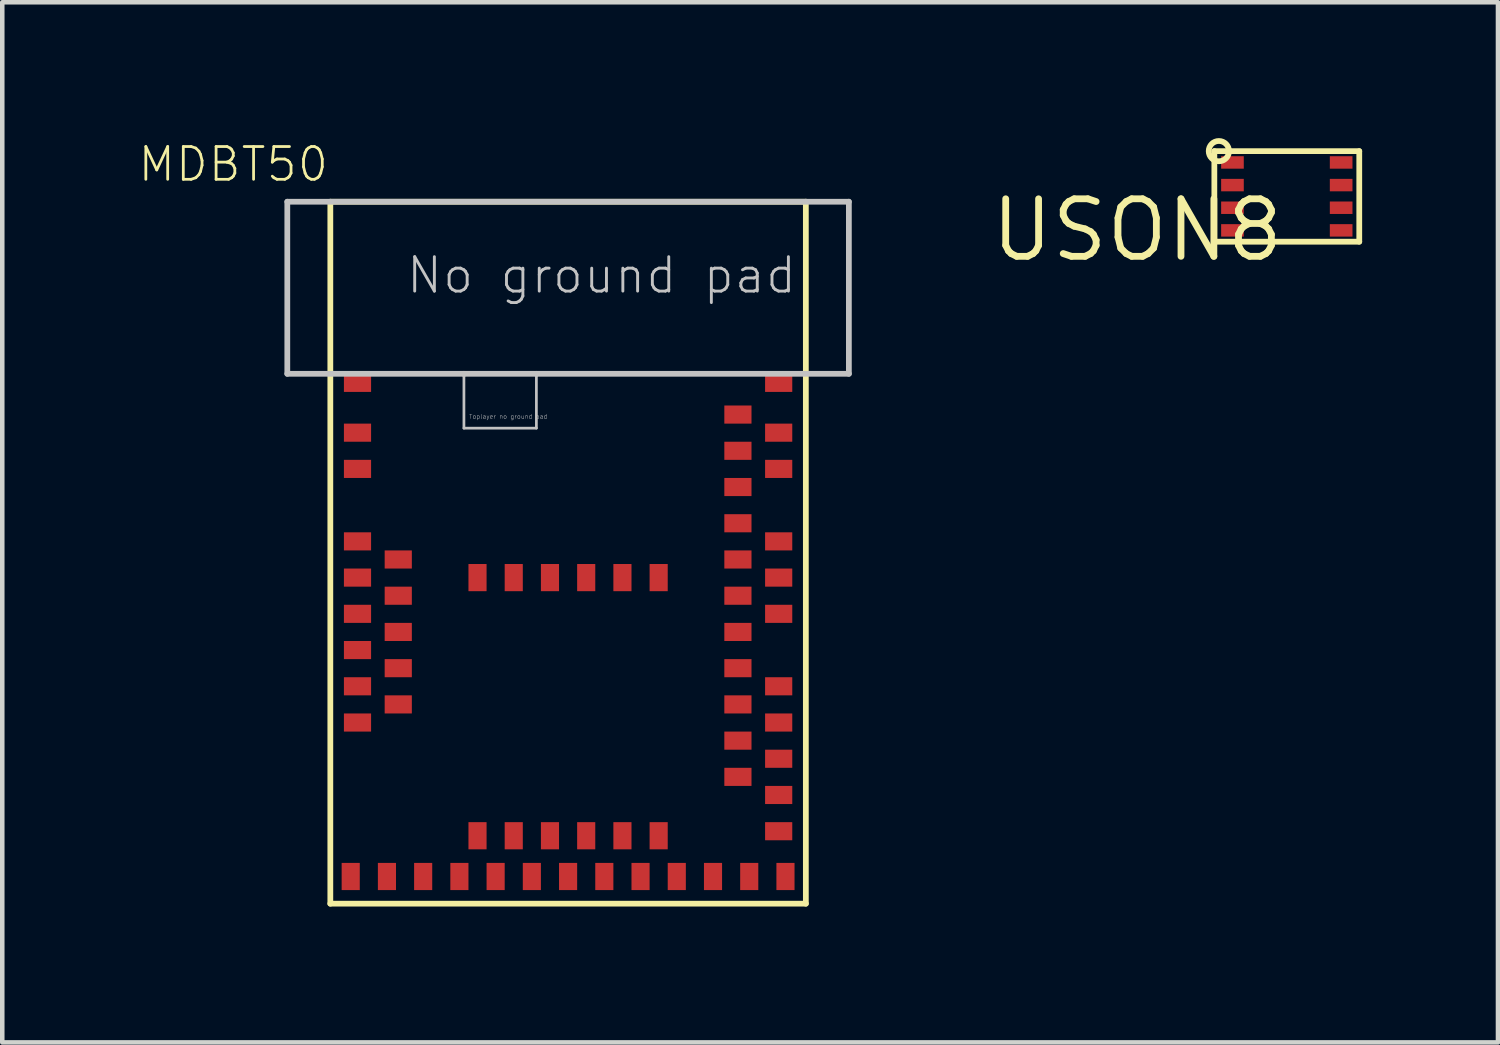
<source format=kicad_pcb>
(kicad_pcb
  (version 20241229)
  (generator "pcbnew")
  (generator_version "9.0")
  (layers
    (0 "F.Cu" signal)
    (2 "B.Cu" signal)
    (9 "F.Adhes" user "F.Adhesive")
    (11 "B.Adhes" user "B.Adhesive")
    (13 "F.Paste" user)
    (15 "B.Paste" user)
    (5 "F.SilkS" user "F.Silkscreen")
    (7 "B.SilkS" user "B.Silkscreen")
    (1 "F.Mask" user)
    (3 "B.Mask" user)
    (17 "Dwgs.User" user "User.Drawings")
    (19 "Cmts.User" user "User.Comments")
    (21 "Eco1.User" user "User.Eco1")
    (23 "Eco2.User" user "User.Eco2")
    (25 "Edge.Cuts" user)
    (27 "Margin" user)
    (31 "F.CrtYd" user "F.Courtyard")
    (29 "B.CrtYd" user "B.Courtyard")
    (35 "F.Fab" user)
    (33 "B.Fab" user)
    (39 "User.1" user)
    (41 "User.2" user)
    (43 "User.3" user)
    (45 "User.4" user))
  (footprint "USON8"
    (layer "F.Cu")
    (at 25.364 1.287)
    (property "Reference" "USON8" (at 0 0 0) (layer "F.SilkS") (effects (font (size 1.27 1.27) (thickness 0.15)) (justify right top)))
    (attr through_hole)
    (fp_line (start -1.6 -1) (end 1.6 -1) (stroke (width 0.127) (type solid)) (layer "F.SilkS"))
    (fp_line (start -1.6 1) (end -1.6 -1) (stroke (width 0.127) (type solid)) (layer "F.SilkS"))
    (fp_line (start 1.6 -1) (end 1.6 1) (stroke (width 0.127) (type solid)) (layer "F.SilkS"))
    (fp_line (start 1.6 1) (end -1.6 1) (stroke (width 0.127) (type solid)) (layer "F.SilkS"))
    (fp_circle (center -1.5 -1) (end -1.276 -1) (stroke (width 0.127) (type solid)) (fill no) (layer "F.SilkS"))
    (pad "1" smd rect (at -1.2 -0.75 90) (size 0.275 0.5) (layers "F.Cu" "F.Mask" "F.Paste"))
    (pad "2" smd rect (at -1.2 -0.25 90) (size 0.275 0.5) (layers "F.Cu" "F.Mask" "F.Paste"))
    (pad "3" smd rect (at -1.2 0.25 90) (size 0.275 0.5) (layers "F.Cu" "F.Mask" "F.Paste"))
    (pad "4" smd rect (at -1.2 0.75 90) (size 0.275 0.5) (layers "F.Cu" "F.Mask" "F.Paste"))
    (pad "5" smd rect (at 1.2 0.75 90) (size 0.275 0.5) (layers "F.Cu" "F.Mask" "F.Paste"))
    (pad "6" smd rect (at 1.2 0.25 90) (size 0.275 0.5) (layers "F.Cu" "F.Mask" "F.Paste"))
    (pad "7" smd rect (at 1.2 -0.25 90) (size 0.275 0.5) (layers "F.Cu" "F.Mask" "F.Paste"))
    (pad "8" smd rect (at 1.2 -0.75 90) (size 0.275 0.5) (layers "F.Cu" "F.Mask" "F.Paste")))
  (footprint "MDBT50"
    (layer "F.Cu")
    (at 9.494 9.154)
    (property "Reference" "MDBT50" (at -5.25 -9 0) (layer "F.SilkS") (effects (font (size 0.724 0.724) (thickness 0.061)) (justify right top)))
    (attr through_hole)
    (fp_line (start -5.25 -7.75) (end 5.25 -7.75) (stroke (width 0.127) (type solid)) (layer "F.SilkS"))
    (fp_line (start -5.25 7.75) (end -5.25 -7.75) (stroke (width 0.127) (type solid)) (layer "F.SilkS"))
    (fp_line (start 5.25 -7.75) (end 5.25 7.75) (stroke (width 0.127) (type solid)) (layer "F.SilkS"))
    (fp_line (start 5.25 7.75) (end -5.25 7.75) (stroke (width 0.127) (type solid)) (layer "F.SilkS"))
    (fp_line (start -6.2 -7.75) (end -6.2 -3.95) (stroke (width 0.127) (type solid)) (layer "Dwgs.User"))
    (fp_line (start -6.2 -7.75) (end 6.2 -7.75) (stroke (width 0.127) (type solid)) (layer "Dwgs.User"))
    (fp_line (start -6.2 -3.95) (end -2.3 -3.95) (stroke (width 0.127) (type solid)) (layer "Dwgs.User"))
    (fp_line (start -2.3 -3.95) (end -2.3 -2.75) (stroke (width 0.06) (type solid)) (layer "Dwgs.User"))
    (fp_line (start -2.3 -3.95) (end -0.7 -3.95) (stroke (width 0.127) (type solid)) (layer "Dwgs.User"))
    (fp_line (start -2.3 -2.75) (end -0.7 -2.75) (stroke (width 0.06) (type solid)) (layer "Dwgs.User"))
    (fp_line (start -0.7 -3.95) (end -0.7 -2.75) (stroke (width 0.06) (type solid)) (layer "Dwgs.User"))
    (fp_line (start -0.7 -3.95) (end 6.2 -3.95) (stroke (width 0.127) (type solid)) (layer "Dwgs.User"))
    (fp_line (start 6.2 -7.75) (end 6.2 -3.95) (stroke (width 0.127) (type solid)) (layer "Dwgs.User"))
    (fp_text user "Toplayer no ground pad" (at -2.19 -2.95 0) (layer "Dwgs.User") (effects (font (size 0.095 0.095) (thickness 0.008)) (justify left bottom)))
    (fp_text user "No ground pad" (at -3.61 -5.68 0) (layer "Dwgs.User") (effects (font (size 0.76 0.76) (thickness 0.064)) (justify left bottom)))
    (pad "1" smd rect (at -4.65 -3.75) (size 0.6 0.4) (layers "F.Cu" "F.Mask" "F.Paste"))
    (pad "2" smd rect (at -4.65 -2.65 180) (size 0.6 0.4) (layers "F.Cu" "F.Mask" "F.Paste"))
    (pad "3" smd rect (at -4.65 -1.85) (size 0.6 0.4) (layers "F.Cu" "F.Mask" "F.Paste"))
    (pad "4" smd rect (at -4.65 -0.25) (size 0.6 0.4) (layers "F.Cu" "F.Mask" "F.Paste"))
    (pad "5" smd rect (at -3.75 0.15) (size 0.6 0.4) (layers "F.Cu" "F.Mask" "F.Paste"))
    (pad "6" smd rect (at -4.65 0.55 180) (size 0.6 0.4) (layers "F.Cu" "F.Mask" "F.Paste"))
    (pad "7" smd rect (at -3.75 0.95) (size 0.6 0.4) (layers "F.Cu" "F.Mask" "F.Paste"))
    (pad "8" smd rect (at -4.65 1.35) (size 0.6 0.4) (layers "F.Cu" "F.Mask" "F.Paste"))
    (pad "9" smd rect (at -3.75 1.75) (size 0.6 0.4) (layers "F.Cu" "F.Mask" "F.Paste"))
    (pad "10" smd rect (at -4.65 2.15) (size 0.6 0.4) (layers "F.Cu" "F.Mask" "F.Paste"))
    (pad "11" smd rect (at -3.75 2.55) (size 0.6 0.4) (layers "F.Cu" "F.Mask" "F.Paste"))
    (pad "12" smd rect (at -4.65 2.95) (size 0.6 0.4) (layers "F.Cu" "F.Mask" "F.Paste"))
    (pad "13" smd rect (at -3.75 3.35) (size 0.6 0.4) (layers "F.Cu" "F.Mask" "F.Paste"))
    (pad "14" smd rect (at -4.65 3.75) (size 0.6 0.4) (layers "F.Cu" "F.Mask" "F.Paste"))
    (pad "15" smd rect (at -4.8 7.15 270) (size 0.6 0.4) (layers "F.Cu" "F.Mask" "F.Paste"))
    (pad "16" smd rect (at -4 7.15 270) (size 0.6 0.4) (layers "F.Cu" "F.Mask" "F.Paste"))
    (pad "17" smd rect (at -3.2 7.15 270) (size 0.6 0.4) (layers "F.Cu" "F.Mask" "F.Paste"))
    (pad "18" smd rect (at -2.4 7.15 90) (size 0.6 0.4) (layers "F.Cu" "F.Mask" "F.Paste"))
    (pad "19" smd rect (at -2 6.25 270) (size 0.6 0.4) (layers "F.Cu" "F.Mask" "F.Paste"))
    (pad "20" smd rect (at -1.6 7.15 90) (size 0.6 0.4) (layers "F.Cu" "F.Mask" "F.Paste"))
    (pad "21" smd rect (at -1.2 6.25 270) (size 0.6 0.4) (layers "F.Cu" "F.Mask" "F.Paste"))
    (pad "22" smd rect (at -0.8 7.15 90) (size 0.6 0.4) (layers "F.Cu" "F.Mask" "F.Paste"))
    (pad "23" smd rect (at -0.4 6.25 270) (size 0.6 0.4) (layers "F.Cu" "F.Mask" "F.Paste"))
    (pad "24" smd rect (at 0 7.15 90) (size 0.6 0.4) (layers "F.Cu" "F.Mask" "F.Paste"))
    (pad "25" smd rect (at 0.4 6.25 270) (size 0.6 0.4) (layers "F.Cu" "F.Mask" "F.Paste"))
    (pad "26" smd rect (at 0.8 7.15 90) (size 0.6 0.4) (layers "F.Cu" "F.Mask" "F.Paste"))
    (pad "27" smd rect (at 1.2 6.25 270) (size 0.6 0.4) (layers "F.Cu" "F.Mask" "F.Paste"))
    (pad "28" smd rect (at 1.6 7.15 90) (size 0.6 0.4) (layers "F.Cu" "F.Mask" "F.Paste"))
    (pad "29" smd rect (at 2 6.25 270) (size 0.6 0.4) (layers "F.Cu" "F.Mask" "F.Paste"))
    (pad "30" smd rect (at 2.4 7.15 90) (size 0.6 0.4) (layers "F.Cu" "F.Mask" "F.Paste"))
    (pad "31" smd rect (at 3.2 7.15 270) (size 0.6 0.4) (layers "F.Cu" "F.Mask" "F.Paste"))
    (pad "32" smd rect (at 4 7.15 270) (size 0.6 0.4) (layers "F.Cu" "F.Mask" "F.Paste"))
    (pad "33" smd rect (at 4.8 7.15 270) (size 0.6 0.4) (layers "F.Cu" "F.Mask" "F.Paste"))
    (pad "34" smd rect (at 4.65 6.15 180) (size 0.6 0.4) (layers "F.Cu" "F.Mask" "F.Paste"))
    (pad "35" smd rect (at 4.65 5.35 180) (size 0.6 0.4) (layers "F.Cu" "F.Mask" "F.Paste"))
    (pad "36" smd rect (at 3.75 4.95 180) (size 0.6 0.4) (layers "F.Cu" "F.Mask" "F.Paste"))
    (pad "37" smd rect (at 4.65 4.55 180) (size 0.6 0.4) (layers "F.Cu" "F.Mask" "F.Paste"))
    (pad "38" smd rect (at 3.75 4.15 180) (size 0.6 0.4) (layers "F.Cu" "F.Mask" "F.Paste"))
    (pad "39" smd rect (at 4.65 3.75 180) (size 0.6 0.4) (layers "F.Cu" "F.Mask" "F.Paste"))
    (pad "40" smd rect (at 3.75 3.35 180) (size 0.6 0.4) (layers "F.Cu" "F.Mask" "F.Paste"))
    (pad "41" smd rect (at 4.65 2.95 180) (size 0.6 0.4) (layers "F.Cu" "F.Mask" "F.Paste"))
    (pad "42" smd rect (at 3.75 2.55 180) (size 0.6 0.4) (layers "F.Cu" "F.Mask" "F.Paste"))
    (pad "43" smd rect (at 3.75 1.75 180) (size 0.6 0.4) (layers "F.Cu" "F.Mask" "F.Paste"))
    (pad "44" smd rect (at 4.65 1.35 180) (size 0.6 0.4) (layers "F.Cu" "F.Mask" "F.Paste"))
    (pad "45" smd rect (at 3.75 0.95 180) (size 0.6 0.4) (layers "F.Cu" "F.Mask" "F.Paste"))
    (pad "46" smd rect (at 4.65 0.55 180) (size 0.6 0.4) (layers "F.Cu" "F.Mask" "F.Paste"))
    (pad "47" smd rect (at 3.75 0.15 180) (size 0.6 0.4) (layers "F.Cu" "F.Mask" "F.Paste"))
    (pad "48" smd rect (at 4.65 -0.25 180) (size 0.6 0.4) (layers "F.Cu" "F.Mask" "F.Paste"))
    (pad "49" smd rect (at 3.75 -0.65 180) (size 0.6 0.4) (layers "F.Cu" "F.Mask" "F.Paste"))
    (pad "50" smd rect (at 3.75 -1.45 180) (size 0.6 0.4) (layers "F.Cu" "F.Mask" "F.Paste"))
    (pad "51" smd rect (at 4.65 -1.85 180) (size 0.6 0.4) (layers "F.Cu" "F.Mask" "F.Paste"))
    (pad "52" smd rect (at 3.75 -2.25 180) (size 0.6 0.4) (layers "F.Cu" "F.Mask" "F.Paste"))
    (pad "53" smd rect (at 4.65 -2.65 180) (size 0.6 0.4) (layers "F.Cu" "F.Mask" "F.Paste"))
    (pad "54" smd rect (at 3.75 -3.05 180) (size 0.6 0.4) (layers "F.Cu" "F.Mask" "F.Paste"))
    (pad "55" smd rect (at 4.65 -3.75 180) (size 0.6 0.4) (layers "F.Cu" "F.Mask" "F.Paste"))
    (pad "56" smd rect (at -2 0.55 270) (size 0.6 0.4) (layers "F.Cu" "F.Mask" "F.Paste"))
    (pad "57" smd rect (at -1.2 0.55 270) (size 0.6 0.4) (layers "F.Cu" "F.Mask" "F.Paste"))
    (pad "58" smd rect (at -0.4 0.55 270) (size 0.6 0.4) (layers "F.Cu" "F.Mask" "F.Paste"))
    (pad "59" smd rect (at 0.4 0.55 270) (size 0.6 0.4) (layers "F.Cu" "F.Mask" "F.Paste"))
    (pad "60" smd rect (at 1.2 0.55 270) (size 0.6 0.4) (layers "F.Cu" "F.Mask" "F.Paste"))
    (pad "61" smd rect (at 2 0.55 270) (size 0.6 0.4) (layers "F.Cu" "F.Mask" "F.Paste")))
  (gr_rect
    (start -3 -3)
    (end 30.027 19.968)
    (stroke (width 0.1) (type default))
    (fill no)
    (layer "Edge.Cuts")))
</source>
